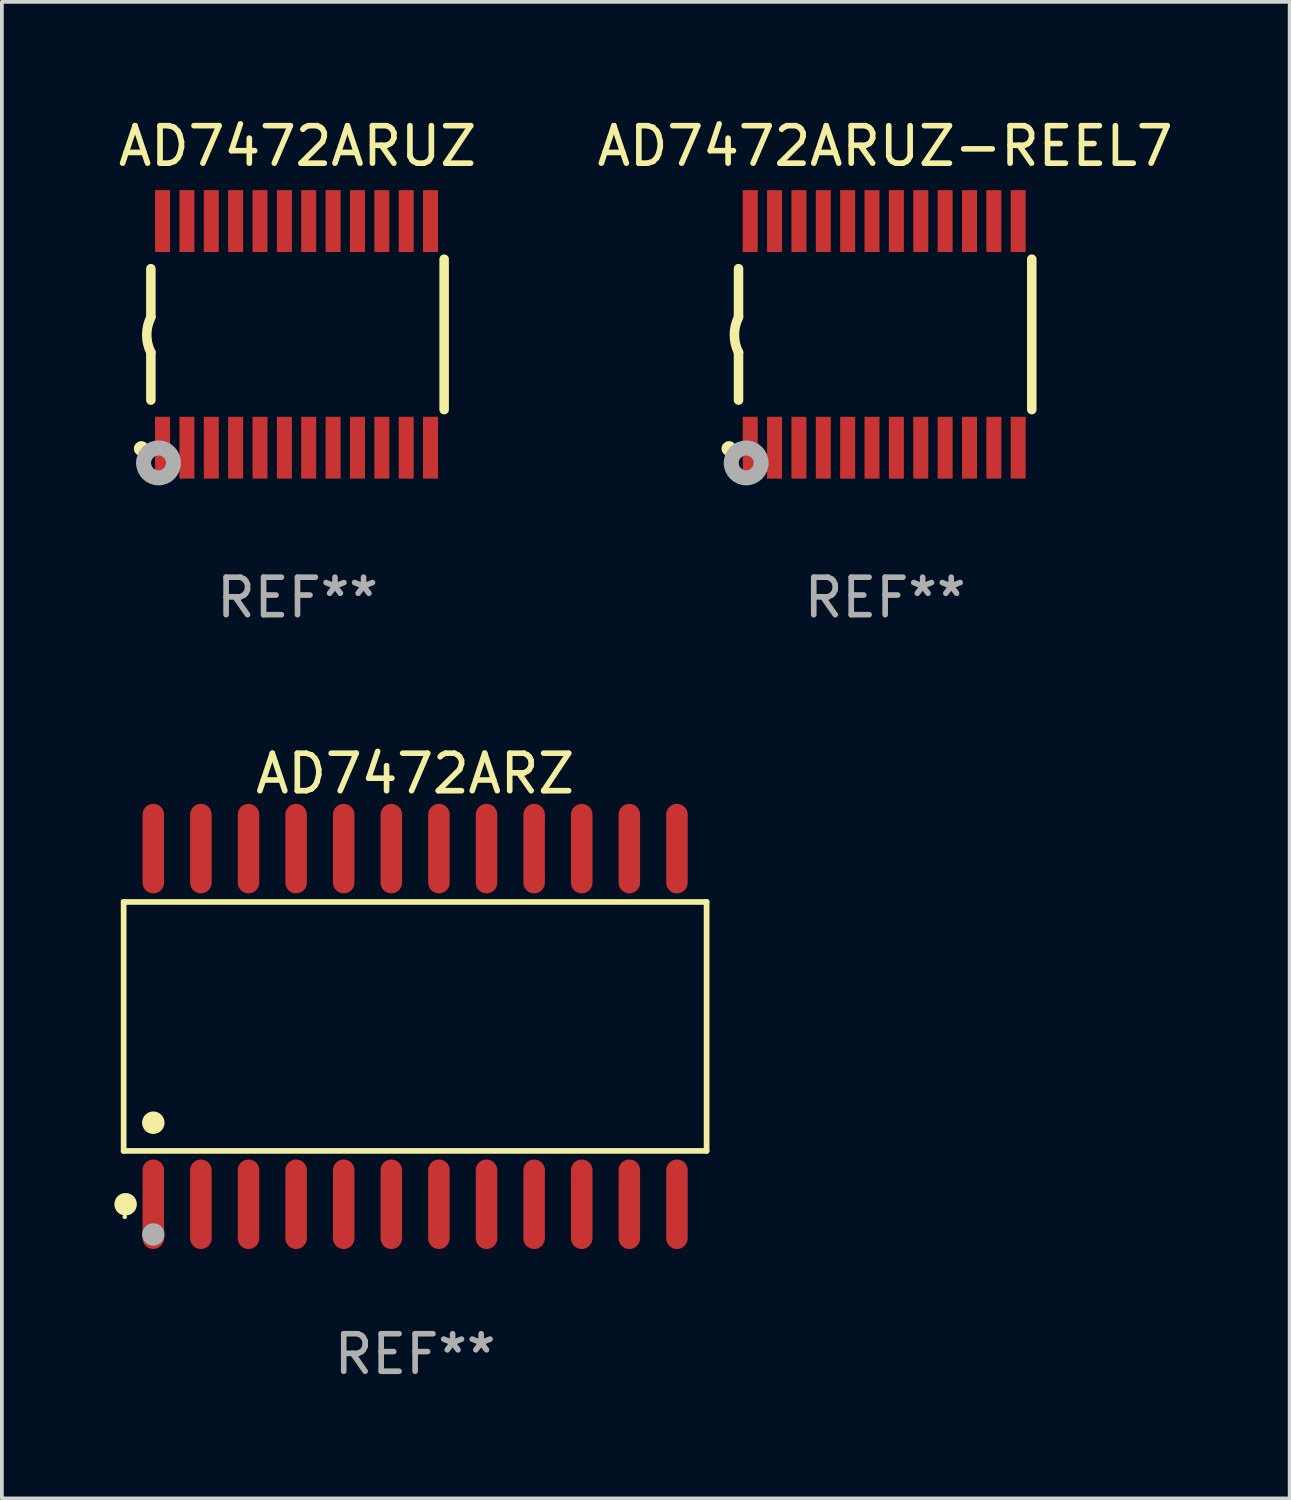
<source format=kicad_pcb>
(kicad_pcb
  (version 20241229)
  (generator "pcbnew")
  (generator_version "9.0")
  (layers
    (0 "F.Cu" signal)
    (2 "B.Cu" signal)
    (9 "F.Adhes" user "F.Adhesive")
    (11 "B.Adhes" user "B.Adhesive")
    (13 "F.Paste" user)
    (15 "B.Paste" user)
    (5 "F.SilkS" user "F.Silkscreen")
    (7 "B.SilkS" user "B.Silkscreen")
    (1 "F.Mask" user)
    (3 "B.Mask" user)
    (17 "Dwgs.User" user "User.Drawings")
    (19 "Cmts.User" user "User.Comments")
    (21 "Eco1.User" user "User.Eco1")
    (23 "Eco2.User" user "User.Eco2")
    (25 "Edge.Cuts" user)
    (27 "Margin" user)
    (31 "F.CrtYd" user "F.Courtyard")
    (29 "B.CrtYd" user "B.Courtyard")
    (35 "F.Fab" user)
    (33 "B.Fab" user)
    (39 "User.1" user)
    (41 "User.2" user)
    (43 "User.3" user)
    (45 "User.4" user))
  (footprint "AD7472ARUZ"
    (layer "F.Cu")
    (at 4.887 5.871)
    (property "Reference" "AD7472ARUZ" (at 0 -5.023 0) (layer "F.SilkS") (effects (font (size 1 1) (thickness 0.15))))
    (attr through_hole)
    (fp_line (start -3.912 -0.483) (end -3.912 -1.753) (stroke (width 0.254) (type solid)) (layer "F.SilkS"))
    (fp_line (start -3.912 1.753) (end -3.912 0.483) (stroke (width 0.254) (type solid)) (layer "F.SilkS"))
    (fp_line (start 3.912 -2.007) (end 3.912 2.007) (stroke (width 0.254) (type solid)) (layer "F.SilkS"))
    (fp_arc (start -3.911608 0.482601) (mid -4.022537 0.0127) (end -3.911608 -0.457201) (stroke (width 0.254001) (type solid)) (layer "F.SilkS"))
    (fp_circle (center -4.166 3.048) (end -4.066 3.048) (stroke (width 0.2) (type solid)) (fill no) (layer "F.SilkS"))
    (fp_circle (center -3.925 3.186) (end -3.895 3.186) (stroke (width 0.06) (type solid)) (fill no) (layer "F.SilkS"))
    (fp_circle (center -3.708 3.429) (end -3.509 3.429) (stroke (width 0.4) (type solid)) (fill no) (layer "F.Fab"))
    (fp_text user "REF**" (at 0 7.023 0) (layer "F.Fab") (effects (font (size 1 1) (thickness 0.15))))
    (pad "1" smd rect (at -3.6 3.023) (size 0.4 1.65) (layers "F.Cu" "F.Mask" "F.Paste"))
    (pad "2" smd rect (at -2.95 3.023) (size 0.4 1.65) (layers "F.Cu" "F.Mask" "F.Paste"))
    (pad "3" smd rect (at -2.3 3.023) (size 0.4 1.65) (layers "F.Cu" "F.Mask" "F.Paste"))
    (pad "4" smd rect (at -1.65 3.023) (size 0.4 1.65) (layers "F.Cu" "F.Mask" "F.Paste"))
    (pad "5" smd rect (at -1 3.023) (size 0.4 1.65) (layers "F.Cu" "F.Mask" "F.Paste"))
    (pad "6" smd rect (at -0.35 3.023) (size 0.4 1.65) (layers "F.Cu" "F.Mask" "F.Paste"))
    (pad "7" smd rect (at 0.299 3.023) (size 0.4 1.65) (layers "F.Cu" "F.Mask" "F.Paste"))
    (pad "8" smd rect (at 0.95 3.023) (size 0.4 1.65) (layers "F.Cu" "F.Mask" "F.Paste"))
    (pad "9" smd rect (at 1.6 3.023) (size 0.4 1.65) (layers "F.Cu" "F.Mask" "F.Paste"))
    (pad "10" smd rect (at 2.25 3.023) (size 0.4 1.65) (layers "F.Cu" "F.Mask" "F.Paste"))
    (pad "11" smd rect (at 2.9 3.023) (size 0.4 1.65) (layers "F.Cu" "F.Mask" "F.Paste"))
    (pad "12" smd rect (at 3.549 3.023) (size 0.4 1.65) (layers "F.Cu" "F.Mask" "F.Paste"))
    (pad "13" smd rect (at 3.549 -3.023) (size 0.4 1.65) (layers "F.Cu" "F.Mask" "F.Paste"))
    (pad "14" smd rect (at 2.9 -3.023) (size 0.4 1.65) (layers "F.Cu" "F.Mask" "F.Paste"))
    (pad "15" smd rect (at 2.25 -3.023) (size 0.4 1.65) (layers "F.Cu" "F.Mask" "F.Paste"))
    (pad "16" smd rect (at 1.6 -3.023) (size 0.4 1.65) (layers "F.Cu" "F.Mask" "F.Paste"))
    (pad "17" smd rect (at 0.95 -3.023) (size 0.4 1.65) (layers "F.Cu" "F.Mask" "F.Paste"))
    (pad "18" smd rect (at 0.299 -3.023) (size 0.4 1.65) (layers "F.Cu" "F.Mask" "F.Paste"))
    (pad "19" smd rect (at -0.35 -3.023) (size 0.4 1.65) (layers "F.Cu" "F.Mask" "F.Paste"))
    (pad "20" smd rect (at -1 -3.023) (size 0.4 1.65) (layers "F.Cu" "F.Mask" "F.Paste"))
    (pad "21" smd rect (at -1.65 -3.023) (size 0.4 1.65) (layers "F.Cu" "F.Mask" "F.Paste"))
    (pad "22" smd rect (at -2.3 -3.023) (size 0.4 1.65) (layers "F.Cu" "F.Mask" "F.Paste"))
    (pad "23" smd rect (at -2.95 -3.023) (size 0.4 1.65) (layers "F.Cu" "F.Mask" "F.Paste"))
    (pad "24" smd rect (at -3.6 -3.023) (size 0.4 1.65) (layers "F.Cu" "F.Mask" "F.Paste")))
  (footprint "AD7472ARUZ-REEL7"
    (layer "F.Cu")
    (at 20.565 5.871)
    (property "Reference" "AD7472ARUZ-REEL7" (at 0 -5.023 0) (layer "F.SilkS") (effects (font (size 1 1) (thickness 0.15))))
    (attr through_hole)
    (fp_line (start -3.912 -0.483) (end -3.912 -1.753) (stroke (width 0.254) (type solid)) (layer "F.SilkS"))
    (fp_line (start -3.912 1.753) (end -3.912 0.483) (stroke (width 0.254) (type solid)) (layer "F.SilkS"))
    (fp_line (start 3.912 -2.007) (end 3.912 2.007) (stroke (width 0.254) (type solid)) (layer "F.SilkS"))
    (fp_arc (start -3.911608 0.482601) (mid -4.022537 0.0127) (end -3.911608 -0.457201) (stroke (width 0.254001) (type solid)) (layer "F.SilkS"))
    (fp_circle (center -4.166 3.048) (end -4.066 3.048) (stroke (width 0.2) (type solid)) (fill no) (layer "F.SilkS"))
    (fp_circle (center -3.925 3.186) (end -3.895 3.186) (stroke (width 0.06) (type solid)) (fill no) (layer "F.SilkS"))
    (fp_circle (center -3.708 3.429) (end -3.509 3.429) (stroke (width 0.4) (type solid)) (fill no) (layer "F.Fab"))
    (fp_text user "REF**" (at 0 7.023 0) (layer "F.Fab") (effects (font (size 1 1) (thickness 0.15))))
    (pad "1" smd rect (at -3.6 3.023) (size 0.4 1.65) (layers "F.Cu" "F.Mask" "F.Paste"))
    (pad "2" smd rect (at -2.95 3.023) (size 0.4 1.65) (layers "F.Cu" "F.Mask" "F.Paste"))
    (pad "3" smd rect (at -2.3 3.023) (size 0.4 1.65) (layers "F.Cu" "F.Mask" "F.Paste"))
    (pad "4" smd rect (at -1.65 3.023) (size 0.4 1.65) (layers "F.Cu" "F.Mask" "F.Paste"))
    (pad "5" smd rect (at -1 3.023) (size 0.4 1.65) (layers "F.Cu" "F.Mask" "F.Paste"))
    (pad "6" smd rect (at -0.35 3.023) (size 0.4 1.65) (layers "F.Cu" "F.Mask" "F.Paste"))
    (pad "7" smd rect (at 0.299 3.023) (size 0.4 1.65) (layers "F.Cu" "F.Mask" "F.Paste"))
    (pad "8" smd rect (at 0.95 3.023) (size 0.4 1.65) (layers "F.Cu" "F.Mask" "F.Paste"))
    (pad "9" smd rect (at 1.6 3.023) (size 0.4 1.65) (layers "F.Cu" "F.Mask" "F.Paste"))
    (pad "10" smd rect (at 2.25 3.023) (size 0.4 1.65) (layers "F.Cu" "F.Mask" "F.Paste"))
    (pad "11" smd rect (at 2.9 3.023) (size 0.4 1.65) (layers "F.Cu" "F.Mask" "F.Paste"))
    (pad "12" smd rect (at 3.549 3.023) (size 0.4 1.65) (layers "F.Cu" "F.Mask" "F.Paste"))
    (pad "13" smd rect (at 3.549 -3.023) (size 0.4 1.65) (layers "F.Cu" "F.Mask" "F.Paste"))
    (pad "14" smd rect (at 2.9 -3.023) (size 0.4 1.65) (layers "F.Cu" "F.Mask" "F.Paste"))
    (pad "15" smd rect (at 2.25 -3.023) (size 0.4 1.65) (layers "F.Cu" "F.Mask" "F.Paste"))
    (pad "16" smd rect (at 1.6 -3.023) (size 0.4 1.65) (layers "F.Cu" "F.Mask" "F.Paste"))
    (pad "17" smd rect (at 0.95 -3.023) (size 0.4 1.65) (layers "F.Cu" "F.Mask" "F.Paste"))
    (pad "18" smd rect (at 0.299 -3.023) (size 0.4 1.65) (layers "F.Cu" "F.Mask" "F.Paste"))
    (pad "19" smd rect (at -0.35 -3.023) (size 0.4 1.65) (layers "F.Cu" "F.Mask" "F.Paste"))
    (pad "20" smd rect (at -1 -3.023) (size 0.4 1.65) (layers "F.Cu" "F.Mask" "F.Paste"))
    (pad "21" smd rect (at -1.65 -3.023) (size 0.4 1.65) (layers "F.Cu" "F.Mask" "F.Paste"))
    (pad "22" smd rect (at -2.3 -3.023) (size 0.4 1.65) (layers "F.Cu" "F.Mask" "F.Paste"))
    (pad "23" smd rect (at -2.95 -3.023) (size 0.4 1.65) (layers "F.Cu" "F.Mask" "F.Paste"))
    (pad "24" smd rect (at -3.6 -3.023) (size 0.4 1.65) (layers "F.Cu" "F.Mask" "F.Paste")))
  (footprint "AD7472ARZ"
    (layer "F.Cu")
    (at 8.025 24.334)
    (property "Reference" "AD7472ARZ" (at 0 -6.744 0) (layer "F.SilkS") (effects (font (size 1 1) (thickness 0.15))))
    (attr through_hole)
    (fp_line (start -7.776 -3.321) (end 7.776 -3.321) (stroke (width 0.152) (type solid)) (layer "F.SilkS"))
    (fp_line (start -7.776 3.321) (end -7.776 -3.321) (stroke (width 0.152) (type solid)) (layer "F.SilkS"))
    (fp_line (start 7.776 -3.321) (end 7.776 3.321) (stroke (width 0.152) (type solid)) (layer "F.SilkS"))
    (fp_line (start 7.776 3.321) (end -7.776 3.321) (stroke (width 0.152) (type solid)) (layer "F.SilkS"))
    (fp_circle (center -7.747 5.08) (end -7.717 5.08) (stroke (width 0.06) (type solid)) (fill no) (layer "F.SilkS"))
    (fp_circle (center -7.724 4.744) (end -7.574 4.744) (stroke (width 0.3) (type solid)) (fill no) (layer "F.SilkS"))
    (fp_circle (center -6.985 2.569) (end -6.835 2.569) (stroke (width 0.3) (type solid)) (fill no) (layer "F.SilkS"))
    (fp_circle (center -6.985 5.55) (end -6.835 5.55) (stroke (width 0.3) (type solid)) (fill no) (layer "F.Fab"))
    (fp_text user "REF**" (at 0 8.744 0) (layer "F.Fab") (effects (font (size 1 1) (thickness 0.15))))
    (pad "1" smd oval (at -6.985 4.744) (size 0.574 2.388) (layers "F.Cu" "F.Mask" "F.Paste"))
    (pad "2" smd oval (at -5.715 4.744) (size 0.574 2.388) (layers "F.Cu" "F.Mask" "F.Paste"))
    (pad "3" smd oval (at -4.445 4.744) (size 0.574 2.388) (layers "F.Cu" "F.Mask" "F.Paste"))
    (pad "4" smd oval (at -3.175 4.744) (size 0.574 2.388) (layers "F.Cu" "F.Mask" "F.Paste"))
    (pad "5" smd oval (at -1.905 4.744) (size 0.574 2.388) (layers "F.Cu" "F.Mask" "F.Paste"))
    (pad "6" smd oval (at -0.635 4.744) (size 0.574 2.388) (layers "F.Cu" "F.Mask" "F.Paste"))
    (pad "7" smd oval (at 0.635 4.744) (size 0.574 2.388) (layers "F.Cu" "F.Mask" "F.Paste"))
    (pad "8" smd oval (at 1.905 4.744) (size 0.574 2.388) (layers "F.Cu" "F.Mask" "F.Paste"))
    (pad "9" smd oval (at 3.175 4.744) (size 0.574 2.388) (layers "F.Cu" "F.Mask" "F.Paste"))
    (pad "10" smd oval (at 4.445 4.744) (size 0.574 2.388) (layers "F.Cu" "F.Mask" "F.Paste"))
    (pad "11" smd oval (at 5.715 4.744) (size 0.574 2.388) (layers "F.Cu" "F.Mask" "F.Paste"))
    (pad "12" smd oval (at 6.985 4.744) (size 0.574 2.388) (layers "F.Cu" "F.Mask" "F.Paste"))
    (pad "13" smd oval (at 6.985 -4.744) (size 0.574 2.388) (layers "F.Cu" "F.Mask" "F.Paste"))
    (pad "14" smd oval (at 5.715 -4.744) (size 0.574 2.388) (layers "F.Cu" "F.Mask" "F.Paste"))
    (pad "15" smd oval (at 4.445 -4.744) (size 0.574 2.388) (layers "F.Cu" "F.Mask" "F.Paste"))
    (pad "16" smd oval (at 3.175 -4.744) (size 0.574 2.388) (layers "F.Cu" "F.Mask" "F.Paste"))
    (pad "17" smd oval (at 1.905 -4.744) (size 0.574 2.388) (layers "F.Cu" "F.Mask" "F.Paste"))
    (pad "18" smd oval (at 0.635 -4.744) (size 0.574 2.388) (layers "F.Cu" "F.Mask" "F.Paste"))
    (pad "19" smd oval (at -0.635 -4.744) (size 0.574 2.388) (layers "F.Cu" "F.Mask" "F.Paste"))
    (pad "20" smd oval (at -1.905 -4.744) (size 0.574 2.388) (layers "F.Cu" "F.Mask" "F.Paste"))
    (pad "21" smd oval (at -3.175 -4.744) (size 0.574 2.388) (layers "F.Cu" "F.Mask" "F.Paste"))
    (pad "22" smd oval (at -4.445 -4.744) (size 0.574 2.388) (layers "F.Cu" "F.Mask" "F.Paste"))
    (pad "23" smd oval (at -5.715 -4.744) (size 0.574 2.388) (layers "F.Cu" "F.Mask" "F.Paste"))
    (pad "24" smd oval (at -6.985 -4.744) (size 0.574 2.388) (layers "F.Cu" "F.Mask" "F.Paste")))
  (gr_rect
    (start -3 -3)
    (end 31.357 36.926)
    (stroke (width 0.1) (type default))
    (fill no)
    (layer "Edge.Cuts")))
</source>
